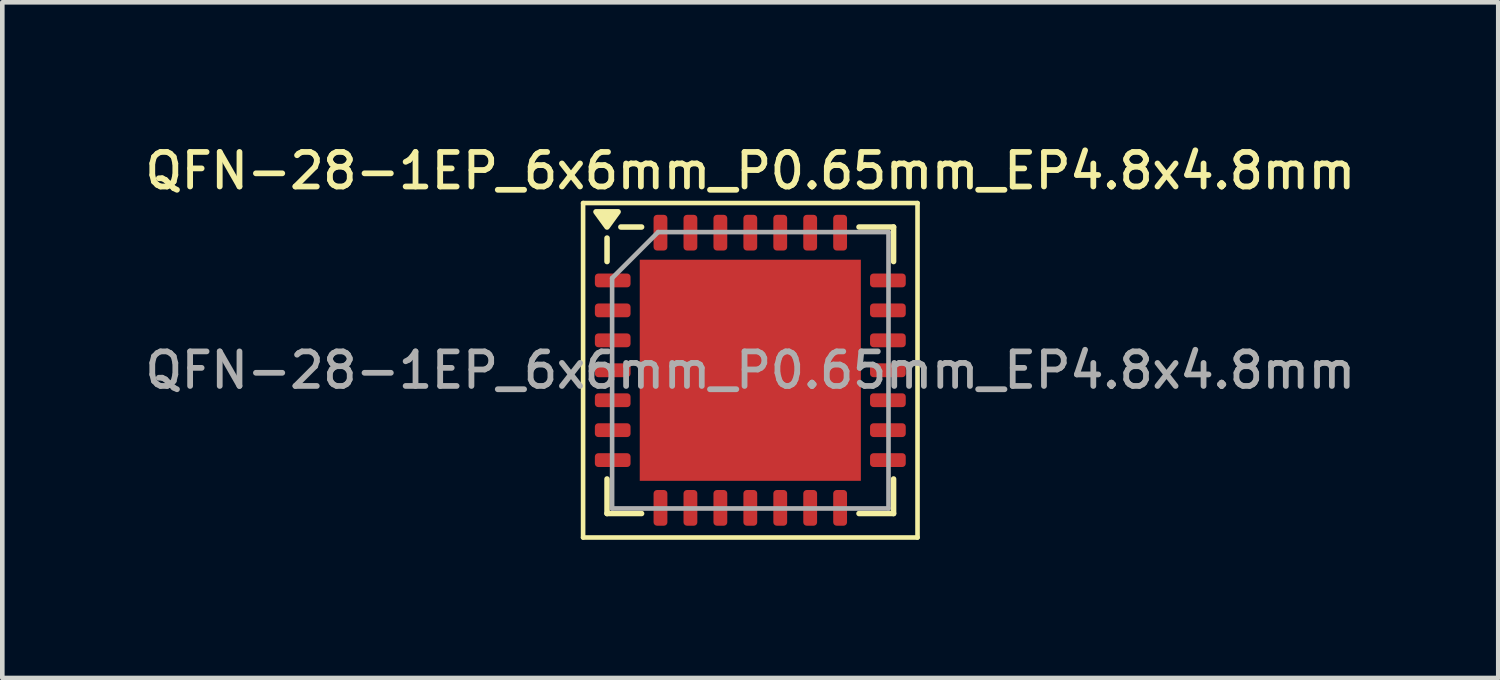
<source format=kicad_pcb>
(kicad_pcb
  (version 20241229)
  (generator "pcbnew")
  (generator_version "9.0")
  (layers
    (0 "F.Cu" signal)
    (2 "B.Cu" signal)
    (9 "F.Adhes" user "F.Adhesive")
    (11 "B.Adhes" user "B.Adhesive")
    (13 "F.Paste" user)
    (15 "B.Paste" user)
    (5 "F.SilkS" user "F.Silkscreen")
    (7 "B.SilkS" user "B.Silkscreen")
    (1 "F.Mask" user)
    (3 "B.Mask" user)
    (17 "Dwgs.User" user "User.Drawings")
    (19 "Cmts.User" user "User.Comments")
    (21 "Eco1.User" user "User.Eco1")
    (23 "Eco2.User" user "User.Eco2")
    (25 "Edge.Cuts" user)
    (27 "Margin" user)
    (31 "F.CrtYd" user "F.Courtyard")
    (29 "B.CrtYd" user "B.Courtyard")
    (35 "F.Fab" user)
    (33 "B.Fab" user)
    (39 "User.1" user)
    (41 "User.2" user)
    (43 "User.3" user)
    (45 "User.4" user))
  (footprint "QFN-28-1EP_6x6mm_P0.65mm_EP4.8x4.8mm"
    (layer "F.Cu")
    (at 13.238 4.988)
    (property "Reference" "QFN-28-1EP_6x6mm_P0.65mm_EP4.8x4.8mm" (at 0 -4.33 0) (layer "F.SilkS") (effects (font (size 0.75 0.75) (thickness 0.125))))
    (attr smd)
    (fp_line (start -3.63 -3.63) (end -3.63 3.63) (stroke (width 0.1) (type solid)) (layer "F.SilkS"))
    (fp_line (start -3.63 3.63) (end 3.63 3.63) (stroke (width 0.1) (type solid)) (layer "F.SilkS"))
    (fp_line (start -3.11 -2.36) (end -3.11 -2.87) (stroke (width 0.12) (type solid)) (layer "F.SilkS"))
    (fp_line (start -3.11 3.11) (end -3.11 2.36) (stroke (width 0.12) (type solid)) (layer "F.SilkS"))
    (fp_line (start -2.36 -3.11) (end -2.81 -3.11) (stroke (width 0.12) (type solid)) (layer "F.SilkS"))
    (fp_line (start -2.36 3.11) (end -3.11 3.11) (stroke (width 0.12) (type solid)) (layer "F.SilkS"))
    (fp_line (start 2.36 -3.11) (end 3.11 -3.11) (stroke (width 0.12) (type solid)) (layer "F.SilkS"))
    (fp_line (start 2.36 3.11) (end 3.11 3.11) (stroke (width 0.12) (type solid)) (layer "F.SilkS"))
    (fp_line (start 3.11 -3.11) (end 3.11 -2.36) (stroke (width 0.12) (type solid)) (layer "F.SilkS"))
    (fp_line (start 3.11 3.11) (end 3.11 2.36) (stroke (width 0.12) (type solid)) (layer "F.SilkS"))
    (fp_line (start 3.63 -3.63) (end -3.63 -3.63) (stroke (width 0.1) (type solid)) (layer "F.SilkS"))
    (fp_line (start 3.63 3.63) (end 3.63 -3.63) (stroke (width 0.1) (type solid)) (layer "F.SilkS"))
    (fp_poly (pts (xy -3.11 -3.11) (xy -3.35 -3.44) (xy -2.87 -3.44) (xy -3.11 -3.11)) (stroke (width 0.12) (type solid)) (fill yes) (layer "F.SilkS"))
    (fp_line (start -3 -2) (end -2 -3) (stroke (width 0.1) (type solid)) (layer "F.Fab"))
    (fp_line (start -3 3) (end -3 -2) (stroke (width 0.1) (type solid)) (layer "F.Fab"))
    (fp_line (start -2 -3) (end 3 -3) (stroke (width 0.1) (type solid)) (layer "F.Fab"))
    (fp_line (start 3 -3) (end 3 3) (stroke (width 0.1) (type solid)) (layer "F.Fab"))
    (fp_line (start 3 3) (end -3 3) (stroke (width 0.1) (type solid)) (layer "F.Fab"))
    (fp_text user "${REFERENCE}" (at 0 0 0) (layer "F.Fab") (effects (font (size 0.75 0.75) (thickness 0.125))))
    (pad "" smd roundrect (at -1.6 -1.6) (size 1.29 1.29) (layers "F.Paste") (roundrect_rratio 0.194))
    (pad "" smd roundrect (at -1.6 0) (size 1.29 1.29) (layers "F.Paste") (roundrect_rratio 0.194))
    (pad "" smd roundrect (at -1.6 1.6) (size 1.29 1.29) (layers "F.Paste") (roundrect_rratio 0.194))
    (pad "" smd roundrect (at 0 -1.6) (size 1.29 1.29) (layers "F.Paste") (roundrect_rratio 0.194))
    (pad "" smd roundrect (at 0 0) (size 1.29 1.29) (layers "F.Paste") (roundrect_rratio 0.194))
    (pad "" smd roundrect (at 0 1.6) (size 1.29 1.29) (layers "F.Paste") (roundrect_rratio 0.194))
    (pad "" smd roundrect (at 1.6 -1.6) (size 1.29 1.29) (layers "F.Paste") (roundrect_rratio 0.194))
    (pad "" smd roundrect (at 1.6 0) (size 1.29 1.29) (layers "F.Paste") (roundrect_rratio 0.194))
    (pad "" smd roundrect (at 1.6 1.6) (size 1.29 1.29) (layers "F.Paste") (roundrect_rratio 0.194))
    (pad "1" smd roundrect (at -2.987 -1.95) (size 0.775 0.3) (layers "F.Cu" "F.Mask" "F.Paste") (roundrect_rratio 0.25))
    (pad "2" smd roundrect (at -2.987 -1.3) (size 0.775 0.3) (layers "F.Cu" "F.Mask" "F.Paste") (roundrect_rratio 0.25))
    (pad "3" smd roundrect (at -2.987 -0.65) (size 0.775 0.3) (layers "F.Cu" "F.Mask" "F.Paste") (roundrect_rratio 0.25))
    (pad "4" smd roundrect (at -2.987 0) (size 0.775 0.3) (layers "F.Cu" "F.Mask" "F.Paste") (roundrect_rratio 0.25))
    (pad "5" smd roundrect (at -2.987 0.65) (size 0.775 0.3) (layers "F.Cu" "F.Mask" "F.Paste") (roundrect_rratio 0.25))
    (pad "6" smd roundrect (at -2.987 1.3) (size 0.775 0.3) (layers "F.Cu" "F.Mask" "F.Paste") (roundrect_rratio 0.25))
    (pad "7" smd roundrect (at -2.987 1.95) (size 0.775 0.3) (layers "F.Cu" "F.Mask" "F.Paste") (roundrect_rratio 0.25))
    (pad "8" smd roundrect (at -1.95 2.987) (size 0.3 0.775) (layers "F.Cu" "F.Mask" "F.Paste") (roundrect_rratio 0.25))
    (pad "9" smd roundrect (at -1.3 2.987) (size 0.3 0.775) (layers "F.Cu" "F.Mask" "F.Paste") (roundrect_rratio 0.25))
    (pad "10" smd roundrect (at -0.65 2.987) (size 0.3 0.775) (layers "F.Cu" "F.Mask" "F.Paste") (roundrect_rratio 0.25))
    (pad "11" smd roundrect (at 0 2.987) (size 0.3 0.775) (layers "F.Cu" "F.Mask" "F.Paste") (roundrect_rratio 0.25))
    (pad "12" smd roundrect (at 0.65 2.987) (size 0.3 0.775) (layers "F.Cu" "F.Mask" "F.Paste") (roundrect_rratio 0.25))
    (pad "13" smd roundrect (at 1.3 2.987) (size 0.3 0.775) (layers "F.Cu" "F.Mask" "F.Paste") (roundrect_rratio 0.25))
    (pad "14" smd roundrect (at 1.95 2.987) (size 0.3 0.775) (layers "F.Cu" "F.Mask" "F.Paste") (roundrect_rratio 0.25))
    (pad "15" smd roundrect (at 2.987 1.95) (size 0.775 0.3) (layers "F.Cu" "F.Mask" "F.Paste") (roundrect_rratio 0.25))
    (pad "16" smd roundrect (at 2.987 1.3) (size 0.775 0.3) (layers "F.Cu" "F.Mask" "F.Paste") (roundrect_rratio 0.25))
    (pad "17" smd roundrect (at 2.987 0.65) (size 0.775 0.3) (layers "F.Cu" "F.Mask" "F.Paste") (roundrect_rratio 0.25))
    (pad "18" smd roundrect (at 2.987 0) (size 0.775 0.3) (layers "F.Cu" "F.Mask" "F.Paste") (roundrect_rratio 0.25))
    (pad "19" smd roundrect (at 2.987 -0.65) (size 0.775 0.3) (layers "F.Cu" "F.Mask" "F.Paste") (roundrect_rratio 0.25))
    (pad "20" smd roundrect (at 2.987 -1.3) (size 0.775 0.3) (layers "F.Cu" "F.Mask" "F.Paste") (roundrect_rratio 0.25))
    (pad "21" smd roundrect (at 2.987 -1.95) (size 0.775 0.3) (layers "F.Cu" "F.Mask" "F.Paste") (roundrect_rratio 0.25))
    (pad "22" smd roundrect (at 1.95 -2.987) (size 0.3 0.775) (layers "F.Cu" "F.Mask" "F.Paste") (roundrect_rratio 0.25))
    (pad "23" smd roundrect (at 1.3 -2.987) (size 0.3 0.775) (layers "F.Cu" "F.Mask" "F.Paste") (roundrect_rratio 0.25))
    (pad "24" smd roundrect (at 0.65 -2.987) (size 0.3 0.775) (layers "F.Cu" "F.Mask" "F.Paste") (roundrect_rratio 0.25))
    (pad "25" smd roundrect (at 0 -2.987) (size 0.3 0.775) (layers "F.Cu" "F.Mask" "F.Paste") (roundrect_rratio 0.25))
    (pad "26" smd roundrect (at -0.65 -2.987) (size 0.3 0.775) (layers "F.Cu" "F.Mask" "F.Paste") (roundrect_rratio 0.25))
    (pad "27" smd roundrect (at -1.3 -2.987) (size 0.3 0.775) (layers "F.Cu" "F.Mask" "F.Paste") (roundrect_rratio 0.25))
    (pad "28" smd roundrect (at -1.95 -2.987) (size 0.3 0.775) (layers "F.Cu" "F.Mask" "F.Paste") (roundrect_rratio 0.25))
    (pad "29" smd rect (at 0 0) (size 4.8 4.8) (property pad_prop_heatsink) (layers "F.Cu" "F.Mask")))
  (gr_rect
    (start -3 -3)
    (end 29.475 11.668)
    (stroke (width 0.1) (type default))
    (fill no)
    (layer "Edge.Cuts")))
</source>
